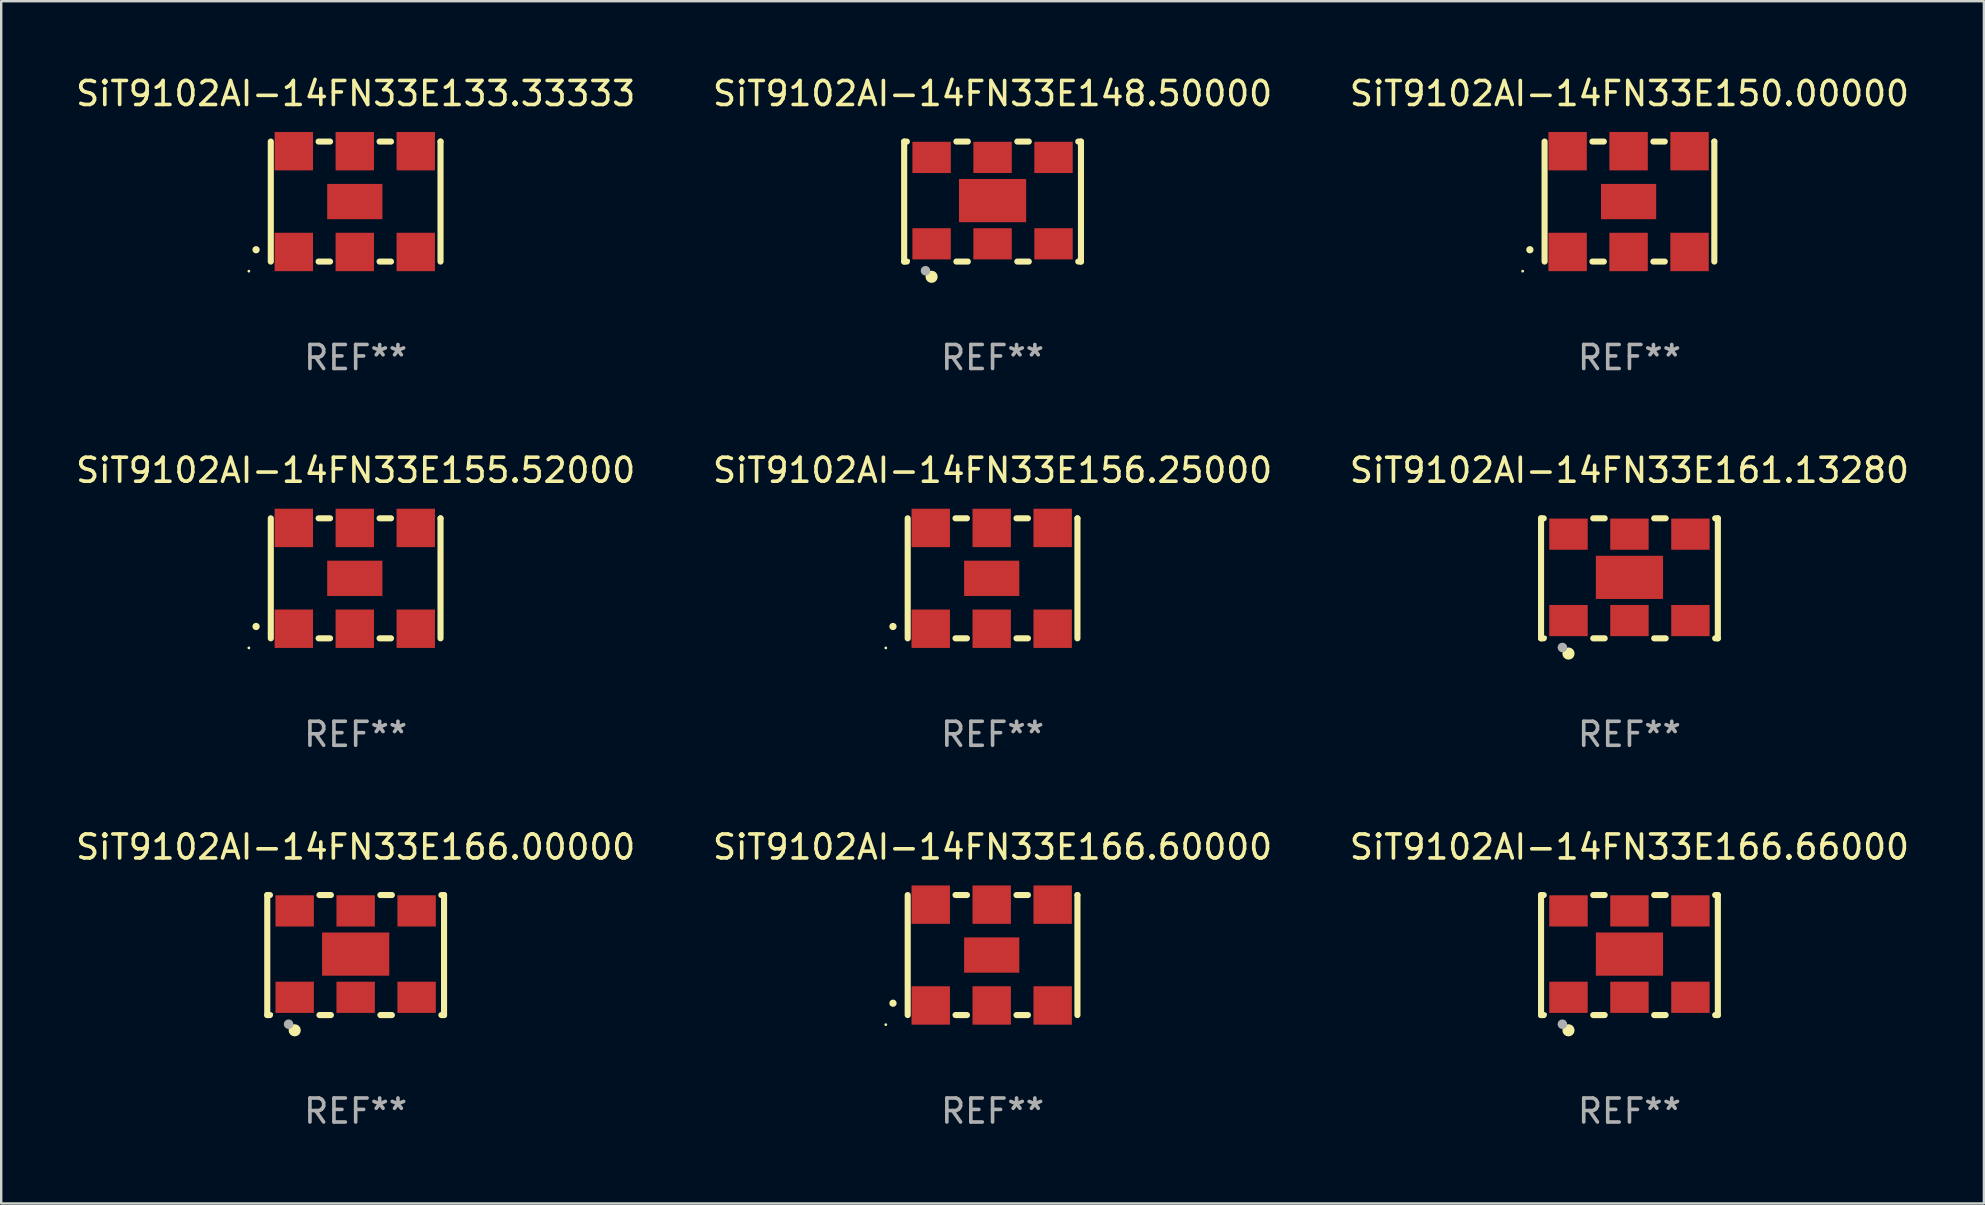
<source format=kicad_pcb>
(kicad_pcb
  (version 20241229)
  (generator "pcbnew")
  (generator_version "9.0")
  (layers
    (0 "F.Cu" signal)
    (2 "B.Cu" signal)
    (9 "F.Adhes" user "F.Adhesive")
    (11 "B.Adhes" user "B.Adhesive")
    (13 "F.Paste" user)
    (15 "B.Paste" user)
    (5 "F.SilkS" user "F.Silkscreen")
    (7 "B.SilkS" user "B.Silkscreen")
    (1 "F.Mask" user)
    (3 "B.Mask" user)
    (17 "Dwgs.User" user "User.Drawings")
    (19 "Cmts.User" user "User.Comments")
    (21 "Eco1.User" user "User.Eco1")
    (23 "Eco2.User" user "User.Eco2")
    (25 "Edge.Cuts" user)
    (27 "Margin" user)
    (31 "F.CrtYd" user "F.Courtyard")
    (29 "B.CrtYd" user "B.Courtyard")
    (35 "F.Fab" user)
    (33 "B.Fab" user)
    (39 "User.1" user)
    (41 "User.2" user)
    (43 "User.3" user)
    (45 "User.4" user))
  (footprint "SiT9102AI-14FN33E166.66000"
    (layer "F.Cu")
    (at 64.839 36.741)
    (property "Reference" "SiT9102AI-14FN33E166.66000" (at 0 -4.5 0) (layer "F.SilkS") (effects (font (size 1 1) (thickness 0.15))))
    (attr through_hole)
    (fp_line (start -3.683 -2.5) (end -3.571 -2.5) (stroke (width 0.254) (type solid)) (layer "F.SilkS"))
    (fp_line (start -3.683 2.5) (end -3.683 -2.5) (stroke (width 0.254) (type solid)) (layer "F.SilkS"))
    (fp_line (start -3.683 2.5) (end -3.571 2.5) (stroke (width 0.254) (type solid)) (layer "F.SilkS"))
    (fp_line (start -1.509 -2.5) (end -1.031 -2.5) (stroke (width 0.254) (type solid)) (layer "F.SilkS"))
    (fp_line (start -1.509 2.5) (end -1.031 2.5) (stroke (width 0.254) (type solid)) (layer "F.SilkS"))
    (fp_line (start 1.031 -2.5) (end 1.509 -2.5) (stroke (width 0.254) (type solid)) (layer "F.SilkS"))
    (fp_line (start 1.031 2.5) (end 1.509 2.5) (stroke (width 0.254) (type solid)) (layer "F.SilkS"))
    (fp_line (start 3.571 -2.5) (end 3.683 -2.5) (stroke (width 0.254) (type solid)) (layer "F.SilkS"))
    (fp_line (start 3.571 2.5) (end 3.683 2.5) (stroke (width 0.254) (type solid)) (layer "F.SilkS"))
    (fp_line (start 3.683 2.5) (end 3.683 -2.5) (stroke (width 0.254) (type solid)) (layer "F.SilkS"))
    (fp_circle (center -3.5 2.46) (end -3.47 2.46) (stroke (width 0.06) (type solid)) (fill no) (layer "F.SilkS"))
    (fp_circle (center -2.54 3.135) (end -2.413 3.135) (stroke (width 0.254) (type solid)) (fill no) (layer "F.SilkS"))
    (fp_circle (center -2.794 2.881) (end -2.694 2.881) (stroke (width 0.2) (type solid)) (fill no) (layer "F.Fab"))
    (fp_text user "REF**" (at 0 6.5 0) (layer "F.Fab") (effects (font (size 1 1) (thickness 0.15))))
    (pad "1" smd rect (at -2.54 1.76) (size 1.6 1.3) (layers "F.Cu" "F.Mask" "F.Paste"))
    (pad "2" smd rect (at 0 1.76) (size 1.6 1.3) (layers "F.Cu" "F.Mask" "F.Paste"))
    (pad "3" smd rect (at 2.54 1.76) (size 1.6 1.3) (layers "F.Cu" "F.Mask" "F.Paste"))
    (pad "4" smd rect (at 2.54 -1.84) (size 1.6 1.3) (layers "F.Cu" "F.Mask" "F.Paste"))
    (pad "5" smd rect (at 0 -1.84) (size 1.6 1.3) (layers "F.Cu" "F.Mask" "F.Paste"))
    (pad "6" smd rect (at -2.54 -1.84) (size 1.6 1.3) (layers "F.Cu" "F.Mask" "F.Paste"))
    (pad "7" smd rect (at 0 -0.04) (size 2.8 1.8) (layers "F.Cu" "F.Mask" "F.Paste")))
  (footprint "SiT9102AI-14FN33E155.52000"
    (layer "F.Cu")
    (at 11.768 21.045)
    (property "Reference" "SiT9102AI-14FN33E155.52000" (at 0 -4.5 0) (layer "F.SilkS") (effects (font (size 1 1) (thickness 0.15))))
    (attr through_hole)
    (fp_line (start -3.536 -2.5) (end -3.536 2.5) (stroke (width 0.254) (type solid)) (layer "F.SilkS"))
    (fp_line (start -1.544 2.5) (end -1.067 2.5) (stroke (width 0.254) (type solid)) (layer "F.SilkS"))
    (fp_line (start -1.067 -2.5) (end -1.544 -2.5) (stroke (width 0.254) (type solid)) (layer "F.SilkS"))
    (fp_line (start 0.996 2.5) (end 1.473 2.5) (stroke (width 0.254) (type solid)) (layer "F.SilkS"))
    (fp_line (start 1.473 -2.5) (end 0.996 -2.5) (stroke (width 0.254) (type solid)) (layer "F.SilkS"))
    (fp_line (start 3.536 -2.5) (end 3.536 -2.5) (stroke (width 0.254) (type solid)) (layer "F.SilkS"))
    (fp_line (start 3.536 2.5) (end 3.536 -2.5) (stroke (width 0.254) (type solid)) (layer "F.SilkS"))
    (fp_arc (start -4.150432 2.006604) (mid -4.149162 2.006599) (end -4.147892 2.006604) (stroke (width 0.3) (type solid)) (layer "F.SilkS"))
    (fp_circle (center -4.449 2.9) (end -4.419 2.9) (stroke (width 0.06) (type solid)) (fill no) (layer "F.SilkS"))
    (fp_text user "REF**" (at 0 6.5 0) (layer "F.Fab") (effects (font (size 1 1) (thickness 0.15))))
    (pad "1" smd rect (at -2.576 2.1) (size 1.6 1.6) (layers "F.Cu" "F.Mask" "F.Paste"))
    (pad "2" smd rect (at -0.036 2.1) (size 1.6 1.6) (layers "F.Cu" "F.Mask" "F.Paste"))
    (pad "3" smd rect (at 2.504 2.1) (size 1.6 1.6) (layers "F.Cu" "F.Mask" "F.Paste"))
    (pad "4" smd rect (at 2.504 -2.1) (size 1.6 1.6) (layers "F.Cu" "F.Mask" "F.Paste"))
    (pad "5" smd rect (at -0.036 -2.1) (size 1.6 1.6) (layers "F.Cu" "F.Mask" "F.Paste"))
    (pad "6" smd rect (at -2.576 -2.1) (size 1.6 1.6) (layers "F.Cu" "F.Mask" "F.Paste"))
    (pad "7" smd rect (at -0.036 0) (size 2.3 1.47) (layers "F.Cu" "F.Mask" "F.Paste")))
  (footprint "SiT9102AI-14FN33E166.60000"
    (layer "F.Cu")
    (at 38.304 36.741)
    (property "Reference" "SiT9102AI-14FN33E166.60000" (at 0 -4.5 0) (layer "F.SilkS") (effects (font (size 1 1) (thickness 0.15))))
    (attr through_hole)
    (fp_line (start -3.536 -2.5) (end -3.536 2.5) (stroke (width 0.254) (type solid)) (layer "F.SilkS"))
    (fp_line (start -1.544 2.5) (end -1.067 2.5) (stroke (width 0.254) (type solid)) (layer "F.SilkS"))
    (fp_line (start -1.067 -2.5) (end -1.544 -2.5) (stroke (width 0.254) (type solid)) (layer "F.SilkS"))
    (fp_line (start 0.996 2.5) (end 1.473 2.5) (stroke (width 0.254) (type solid)) (layer "F.SilkS"))
    (fp_line (start 1.473 -2.5) (end 0.996 -2.5) (stroke (width 0.254) (type solid)) (layer "F.SilkS"))
    (fp_line (start 3.536 -2.5) (end 3.536 -2.5) (stroke (width 0.254) (type solid)) (layer "F.SilkS"))
    (fp_line (start 3.536 2.5) (end 3.536 -2.5) (stroke (width 0.254) (type solid)) (layer "F.SilkS"))
    (fp_arc (start -4.150432 2.006604) (mid -4.149162 2.006599) (end -4.147892 2.006604) (stroke (width 0.3) (type solid)) (layer "F.SilkS"))
    (fp_circle (center -4.449 2.9) (end -4.419 2.9) (stroke (width 0.06) (type solid)) (fill no) (layer "F.SilkS"))
    (fp_text user "REF**" (at 0 6.5 0) (layer "F.Fab") (effects (font (size 1 1) (thickness 0.15))))
    (pad "1" smd rect (at -2.576 2.1) (size 1.6 1.6) (layers "F.Cu" "F.Mask" "F.Paste"))
    (pad "2" smd rect (at -0.036 2.1) (size 1.6 1.6) (layers "F.Cu" "F.Mask" "F.Paste"))
    (pad "3" smd rect (at 2.504 2.1) (size 1.6 1.6) (layers "F.Cu" "F.Mask" "F.Paste"))
    (pad "4" smd rect (at 2.504 -2.1) (size 1.6 1.6) (layers "F.Cu" "F.Mask" "F.Paste"))
    (pad "5" smd rect (at -0.036 -2.1) (size 1.6 1.6) (layers "F.Cu" "F.Mask" "F.Paste"))
    (pad "6" smd rect (at -2.576 -2.1) (size 1.6 1.6) (layers "F.Cu" "F.Mask" "F.Paste"))
    (pad "7" smd rect (at -0.036 0) (size 2.3 1.47) (layers "F.Cu" "F.Mask" "F.Paste")))
  (footprint "SiT9102AI-14FN33E161.13280"
    (layer "F.Cu")
    (at 64.839 21.045)
    (property "Reference" "SiT9102AI-14FN33E161.13280" (at 0 -4.5 0) (layer "F.SilkS") (effects (font (size 1 1) (thickness 0.15))))
    (attr through_hole)
    (fp_line (start -3.683 -2.5) (end -3.571 -2.5) (stroke (width 0.254) (type solid)) (layer "F.SilkS"))
    (fp_line (start -3.683 2.5) (end -3.683 -2.5) (stroke (width 0.254) (type solid)) (layer "F.SilkS"))
    (fp_line (start -3.683 2.5) (end -3.571 2.5) (stroke (width 0.254) (type solid)) (layer "F.SilkS"))
    (fp_line (start -1.509 -2.5) (end -1.031 -2.5) (stroke (width 0.254) (type solid)) (layer "F.SilkS"))
    (fp_line (start -1.509 2.5) (end -1.031 2.5) (stroke (width 0.254) (type solid)) (layer "F.SilkS"))
    (fp_line (start 1.031 -2.5) (end 1.509 -2.5) (stroke (width 0.254) (type solid)) (layer "F.SilkS"))
    (fp_line (start 1.031 2.5) (end 1.509 2.5) (stroke (width 0.254) (type solid)) (layer "F.SilkS"))
    (fp_line (start 3.571 -2.5) (end 3.683 -2.5) (stroke (width 0.254) (type solid)) (layer "F.SilkS"))
    (fp_line (start 3.571 2.5) (end 3.683 2.5) (stroke (width 0.254) (type solid)) (layer "F.SilkS"))
    (fp_line (start 3.683 2.5) (end 3.683 -2.5) (stroke (width 0.254) (type solid)) (layer "F.SilkS"))
    (fp_circle (center -3.5 2.46) (end -3.47 2.46) (stroke (width 0.06) (type solid)) (fill no) (layer "F.SilkS"))
    (fp_circle (center -2.54 3.135) (end -2.413 3.135) (stroke (width 0.254) (type solid)) (fill no) (layer "F.SilkS"))
    (fp_circle (center -2.794 2.881) (end -2.694 2.881) (stroke (width 0.2) (type solid)) (fill no) (layer "F.Fab"))
    (fp_text user "REF**" (at 0 6.5 0) (layer "F.Fab") (effects (font (size 1 1) (thickness 0.15))))
    (pad "1" smd rect (at -2.54 1.76) (size 1.6 1.3) (layers "F.Cu" "F.Mask" "F.Paste"))
    (pad "2" smd rect (at 0 1.76) (size 1.6 1.3) (layers "F.Cu" "F.Mask" "F.Paste"))
    (pad "3" smd rect (at 2.54 1.76) (size 1.6 1.3) (layers "F.Cu" "F.Mask" "F.Paste"))
    (pad "4" smd rect (at 2.54 -1.84) (size 1.6 1.3) (layers "F.Cu" "F.Mask" "F.Paste"))
    (pad "5" smd rect (at 0 -1.84) (size 1.6 1.3) (layers "F.Cu" "F.Mask" "F.Paste"))
    (pad "6" smd rect (at -2.54 -1.84) (size 1.6 1.3) (layers "F.Cu" "F.Mask" "F.Paste"))
    (pad "7" smd rect (at 0 -0.04) (size 2.8 1.8) (layers "F.Cu" "F.Mask" "F.Paste")))
  (footprint "SiT9102AI-14FN33E150.00000"
    (layer "F.Cu")
    (at 64.839 5.348)
    (property "Reference" "SiT9102AI-14FN33E150.00000" (at 0 -4.5 0) (layer "F.SilkS") (effects (font (size 1 1) (thickness 0.15))))
    (attr through_hole)
    (fp_line (start -3.536 -2.5) (end -3.536 2.5) (stroke (width 0.254) (type solid)) (layer "F.SilkS"))
    (fp_line (start -1.544 2.5) (end -1.067 2.5) (stroke (width 0.254) (type solid)) (layer "F.SilkS"))
    (fp_line (start -1.067 -2.5) (end -1.544 -2.5) (stroke (width 0.254) (type solid)) (layer "F.SilkS"))
    (fp_line (start 0.996 2.5) (end 1.473 2.5) (stroke (width 0.254) (type solid)) (layer "F.SilkS"))
    (fp_line (start 1.473 -2.5) (end 0.996 -2.5) (stroke (width 0.254) (type solid)) (layer "F.SilkS"))
    (fp_line (start 3.536 -2.5) (end 3.536 -2.5) (stroke (width 0.254) (type solid)) (layer "F.SilkS"))
    (fp_line (start 3.536 2.5) (end 3.536 -2.5) (stroke (width 0.254) (type solid)) (layer "F.SilkS"))
    (fp_arc (start -4.150432 2.006604) (mid -4.149162 2.006599) (end -4.147892 2.006604) (stroke (width 0.3) (type solid)) (layer "F.SilkS"))
    (fp_circle (center -4.449 2.9) (end -4.419 2.9) (stroke (width 0.06) (type solid)) (fill no) (layer "F.SilkS"))
    (fp_text user "REF**" (at 0 6.5 0) (layer "F.Fab") (effects (font (size 1 1) (thickness 0.15))))
    (pad "1" smd rect (at -2.576 2.1) (size 1.6 1.6) (layers "F.Cu" "F.Mask" "F.Paste"))
    (pad "2" smd rect (at -0.036 2.1) (size 1.6 1.6) (layers "F.Cu" "F.Mask" "F.Paste"))
    (pad "3" smd rect (at 2.504 2.1) (size 1.6 1.6) (layers "F.Cu" "F.Mask" "F.Paste"))
    (pad "4" smd rect (at 2.504 -2.1) (size 1.6 1.6) (layers "F.Cu" "F.Mask" "F.Paste"))
    (pad "5" smd rect (at -0.036 -2.1) (size 1.6 1.6) (layers "F.Cu" "F.Mask" "F.Paste"))
    (pad "6" smd rect (at -2.576 -2.1) (size 1.6 1.6) (layers "F.Cu" "F.Mask" "F.Paste"))
    (pad "7" smd rect (at -0.036 0) (size 2.3 1.47) (layers "F.Cu" "F.Mask" "F.Paste")))
  (footprint "SiT9102AI-14FN33E166.00000"
    (layer "F.Cu")
    (at 11.768 36.741)
    (property "Reference" "SiT9102AI-14FN33E166.00000" (at 0 -4.5 0) (layer "F.SilkS") (effects (font (size 1 1) (thickness 0.15))))
    (attr through_hole)
    (fp_line (start -3.683 -2.5) (end -3.571 -2.5) (stroke (width 0.254) (type solid)) (layer "F.SilkS"))
    (fp_line (start -3.683 2.5) (end -3.683 -2.5) (stroke (width 0.254) (type solid)) (layer "F.SilkS"))
    (fp_line (start -3.683 2.5) (end -3.571 2.5) (stroke (width 0.254) (type solid)) (layer "F.SilkS"))
    (fp_line (start -1.509 -2.5) (end -1.031 -2.5) (stroke (width 0.254) (type solid)) (layer "F.SilkS"))
    (fp_line (start -1.509 2.5) (end -1.031 2.5) (stroke (width 0.254) (type solid)) (layer "F.SilkS"))
    (fp_line (start 1.031 -2.5) (end 1.509 -2.5) (stroke (width 0.254) (type solid)) (layer "F.SilkS"))
    (fp_line (start 1.031 2.5) (end 1.509 2.5) (stroke (width 0.254) (type solid)) (layer "F.SilkS"))
    (fp_line (start 3.571 -2.5) (end 3.683 -2.5) (stroke (width 0.254) (type solid)) (layer "F.SilkS"))
    (fp_line (start 3.571 2.5) (end 3.683 2.5) (stroke (width 0.254) (type solid)) (layer "F.SilkS"))
    (fp_line (start 3.683 2.5) (end 3.683 -2.5) (stroke (width 0.254) (type solid)) (layer "F.SilkS"))
    (fp_circle (center -3.5 2.46) (end -3.47 2.46) (stroke (width 0.06) (type solid)) (fill no) (layer "F.SilkS"))
    (fp_circle (center -2.54 3.135) (end -2.413 3.135) (stroke (width 0.254) (type solid)) (fill no) (layer "F.SilkS"))
    (fp_circle (center -2.794 2.881) (end -2.694 2.881) (stroke (width 0.2) (type solid)) (fill no) (layer "F.Fab"))
    (fp_text user "REF**" (at 0 6.5 0) (layer "F.Fab") (effects (font (size 1 1) (thickness 0.15))))
    (pad "1" smd rect (at -2.54 1.76) (size 1.6 1.3) (layers "F.Cu" "F.Mask" "F.Paste"))
    (pad "2" smd rect (at 0 1.76) (size 1.6 1.3) (layers "F.Cu" "F.Mask" "F.Paste"))
    (pad "3" smd rect (at 2.54 1.76) (size 1.6 1.3) (layers "F.Cu" "F.Mask" "F.Paste"))
    (pad "4" smd rect (at 2.54 -1.84) (size 1.6 1.3) (layers "F.Cu" "F.Mask" "F.Paste"))
    (pad "5" smd rect (at 0 -1.84) (size 1.6 1.3) (layers "F.Cu" "F.Mask" "F.Paste"))
    (pad "6" smd rect (at -2.54 -1.84) (size 1.6 1.3) (layers "F.Cu" "F.Mask" "F.Paste"))
    (pad "7" smd rect (at 0 -0.04) (size 2.8 1.8) (layers "F.Cu" "F.Mask" "F.Paste")))
  (footprint "SiT9102AI-14FN33E148.50000"
    (layer "F.Cu")
    (at 38.304 5.348)
    (property "Reference" "SiT9102AI-14FN33E148.50000" (at 0 -4.5 0) (layer "F.SilkS") (effects (font (size 1 1) (thickness 0.15))))
    (attr through_hole)
    (fp_line (start -3.683 -2.5) (end -3.571 -2.5) (stroke (width 0.254) (type solid)) (layer "F.SilkS"))
    (fp_line (start -3.683 2.5) (end -3.683 -2.5) (stroke (width 0.254) (type solid)) (layer "F.SilkS"))
    (fp_line (start -3.683 2.5) (end -3.571 2.5) (stroke (width 0.254) (type solid)) (layer "F.SilkS"))
    (fp_line (start -1.509 -2.5) (end -1.031 -2.5) (stroke (width 0.254) (type solid)) (layer "F.SilkS"))
    (fp_line (start -1.509 2.5) (end -1.031 2.5) (stroke (width 0.254) (type solid)) (layer "F.SilkS"))
    (fp_line (start 1.031 -2.5) (end 1.509 -2.5) (stroke (width 0.254) (type solid)) (layer "F.SilkS"))
    (fp_line (start 1.031 2.5) (end 1.509 2.5) (stroke (width 0.254) (type solid)) (layer "F.SilkS"))
    (fp_line (start 3.571 -2.5) (end 3.683 -2.5) (stroke (width 0.254) (type solid)) (layer "F.SilkS"))
    (fp_line (start 3.571 2.5) (end 3.683 2.5) (stroke (width 0.254) (type solid)) (layer "F.SilkS"))
    (fp_line (start 3.683 2.5) (end 3.683 -2.5) (stroke (width 0.254) (type solid)) (layer "F.SilkS"))
    (fp_circle (center -3.5 2.46) (end -3.47 2.46) (stroke (width 0.06) (type solid)) (fill no) (layer "F.SilkS"))
    (fp_circle (center -2.54 3.135) (end -2.413 3.135) (stroke (width 0.254) (type solid)) (fill no) (layer "F.SilkS"))
    (fp_circle (center -2.794 2.881) (end -2.694 2.881) (stroke (width 0.2) (type solid)) (fill no) (layer "F.Fab"))
    (fp_text user "REF**" (at 0 6.5 0) (layer "F.Fab") (effects (font (size 1 1) (thickness 0.15))))
    (pad "1" smd rect (at -2.54 1.76) (size 1.6 1.3) (layers "F.Cu" "F.Mask" "F.Paste"))
    (pad "2" smd rect (at 0 1.76) (size 1.6 1.3) (layers "F.Cu" "F.Mask" "F.Paste"))
    (pad "3" smd rect (at 2.54 1.76) (size 1.6 1.3) (layers "F.Cu" "F.Mask" "F.Paste"))
    (pad "4" smd rect (at 2.54 -1.84) (size 1.6 1.3) (layers "F.Cu" "F.Mask" "F.Paste"))
    (pad "5" smd rect (at 0 -1.84) (size 1.6 1.3) (layers "F.Cu" "F.Mask" "F.Paste"))
    (pad "6" smd rect (at -2.54 -1.84) (size 1.6 1.3) (layers "F.Cu" "F.Mask" "F.Paste"))
    (pad "7" smd rect (at 0 -0.04) (size 2.8 1.8) (layers "F.Cu" "F.Mask" "F.Paste")))
  (footprint "SiT9102AI-14FN33E156.25000"
    (layer "F.Cu")
    (at 38.304 21.045)
    (property "Reference" "SiT9102AI-14FN33E156.25000" (at 0 -4.5 0) (layer "F.SilkS") (effects (font (size 1 1) (thickness 0.15))))
    (attr through_hole)
    (fp_line (start -3.536 -2.5) (end -3.536 2.5) (stroke (width 0.254) (type solid)) (layer "F.SilkS"))
    (fp_line (start -1.544 2.5) (end -1.067 2.5) (stroke (width 0.254) (type solid)) (layer "F.SilkS"))
    (fp_line (start -1.067 -2.5) (end -1.544 -2.5) (stroke (width 0.254) (type solid)) (layer "F.SilkS"))
    (fp_line (start 0.996 2.5) (end 1.473 2.5) (stroke (width 0.254) (type solid)) (layer "F.SilkS"))
    (fp_line (start 1.473 -2.5) (end 0.996 -2.5) (stroke (width 0.254) (type solid)) (layer "F.SilkS"))
    (fp_line (start 3.536 -2.5) (end 3.536 -2.5) (stroke (width 0.254) (type solid)) (layer "F.SilkS"))
    (fp_line (start 3.536 2.5) (end 3.536 -2.5) (stroke (width 0.254) (type solid)) (layer "F.SilkS"))
    (fp_arc (start -4.150432 2.006604) (mid -4.149162 2.006599) (end -4.147892 2.006604) (stroke (width 0.3) (type solid)) (layer "F.SilkS"))
    (fp_circle (center -4.449 2.9) (end -4.419 2.9) (stroke (width 0.06) (type solid)) (fill no) (layer "F.SilkS"))
    (fp_text user "REF**" (at 0 6.5 0) (layer "F.Fab") (effects (font (size 1 1) (thickness 0.15))))
    (pad "1" smd rect (at -2.576 2.1) (size 1.6 1.6) (layers "F.Cu" "F.Mask" "F.Paste"))
    (pad "2" smd rect (at -0.036 2.1) (size 1.6 1.6) (layers "F.Cu" "F.Mask" "F.Paste"))
    (pad "3" smd rect (at 2.504 2.1) (size 1.6 1.6) (layers "F.Cu" "F.Mask" "F.Paste"))
    (pad "4" smd rect (at 2.504 -2.1) (size 1.6 1.6) (layers "F.Cu" "F.Mask" "F.Paste"))
    (pad "5" smd rect (at -0.036 -2.1) (size 1.6 1.6) (layers "F.Cu" "F.Mask" "F.Paste"))
    (pad "6" smd rect (at -2.576 -2.1) (size 1.6 1.6) (layers "F.Cu" "F.Mask" "F.Paste"))
    (pad "7" smd rect (at -0.036 0) (size 2.3 1.47) (layers "F.Cu" "F.Mask" "F.Paste")))
  (footprint "SiT9102AI-14FN33E133.33333"
    (layer "F.Cu")
    (at 11.768 5.348)
    (property "Reference" "SiT9102AI-14FN33E133.33333" (at 0 -4.5 0) (layer "F.SilkS") (effects (font (size 1 1) (thickness 0.15))))
    (attr through_hole)
    (fp_line (start -3.536 -2.5) (end -3.536 2.5) (stroke (width 0.254) (type solid)) (layer "F.SilkS"))
    (fp_line (start -1.544 2.5) (end -1.067 2.5) (stroke (width 0.254) (type solid)) (layer "F.SilkS"))
    (fp_line (start -1.067 -2.5) (end -1.544 -2.5) (stroke (width 0.254) (type solid)) (layer "F.SilkS"))
    (fp_line (start 0.996 2.5) (end 1.473 2.5) (stroke (width 0.254) (type solid)) (layer "F.SilkS"))
    (fp_line (start 1.473 -2.5) (end 0.996 -2.5) (stroke (width 0.254) (type solid)) (layer "F.SilkS"))
    (fp_line (start 3.536 -2.5) (end 3.536 -2.5) (stroke (width 0.254) (type solid)) (layer "F.SilkS"))
    (fp_line (start 3.536 2.5) (end 3.536 -2.5) (stroke (width 0.254) (type solid)) (layer "F.SilkS"))
    (fp_arc (start -4.150432 2.006604) (mid -4.149162 2.006599) (end -4.147892 2.006604) (stroke (width 0.3) (type solid)) (layer "F.SilkS"))
    (fp_circle (center -4.449 2.9) (end -4.419 2.9) (stroke (width 0.06) (type solid)) (fill no) (layer "F.SilkS"))
    (fp_text user "REF**" (at 0 6.5 0) (layer "F.Fab") (effects (font (size 1 1) (thickness 0.15))))
    (pad "1" smd rect (at -2.576 2.1) (size 1.6 1.6) (layers "F.Cu" "F.Mask" "F.Paste"))
    (pad "2" smd rect (at -0.036 2.1) (size 1.6 1.6) (layers "F.Cu" "F.Mask" "F.Paste"))
    (pad "3" smd rect (at 2.504 2.1) (size 1.6 1.6) (layers "F.Cu" "F.Mask" "F.Paste"))
    (pad "4" smd rect (at 2.504 -2.1) (size 1.6 1.6) (layers "F.Cu" "F.Mask" "F.Paste"))
    (pad "5" smd rect (at -0.036 -2.1) (size 1.6 1.6) (layers "F.Cu" "F.Mask" "F.Paste"))
    (pad "6" smd rect (at -2.576 -2.1) (size 1.6 1.6) (layers "F.Cu" "F.Mask" "F.Paste"))
    (pad "7" smd rect (at -0.036 0) (size 2.3 1.47) (layers "F.Cu" "F.Mask" "F.Paste")))
  (gr_rect
    (start -3 -3)
    (end 79.607 47.09)
    (stroke (width 0.1) (type default))
    (fill no)
    (layer "Edge.Cuts")))
</source>
